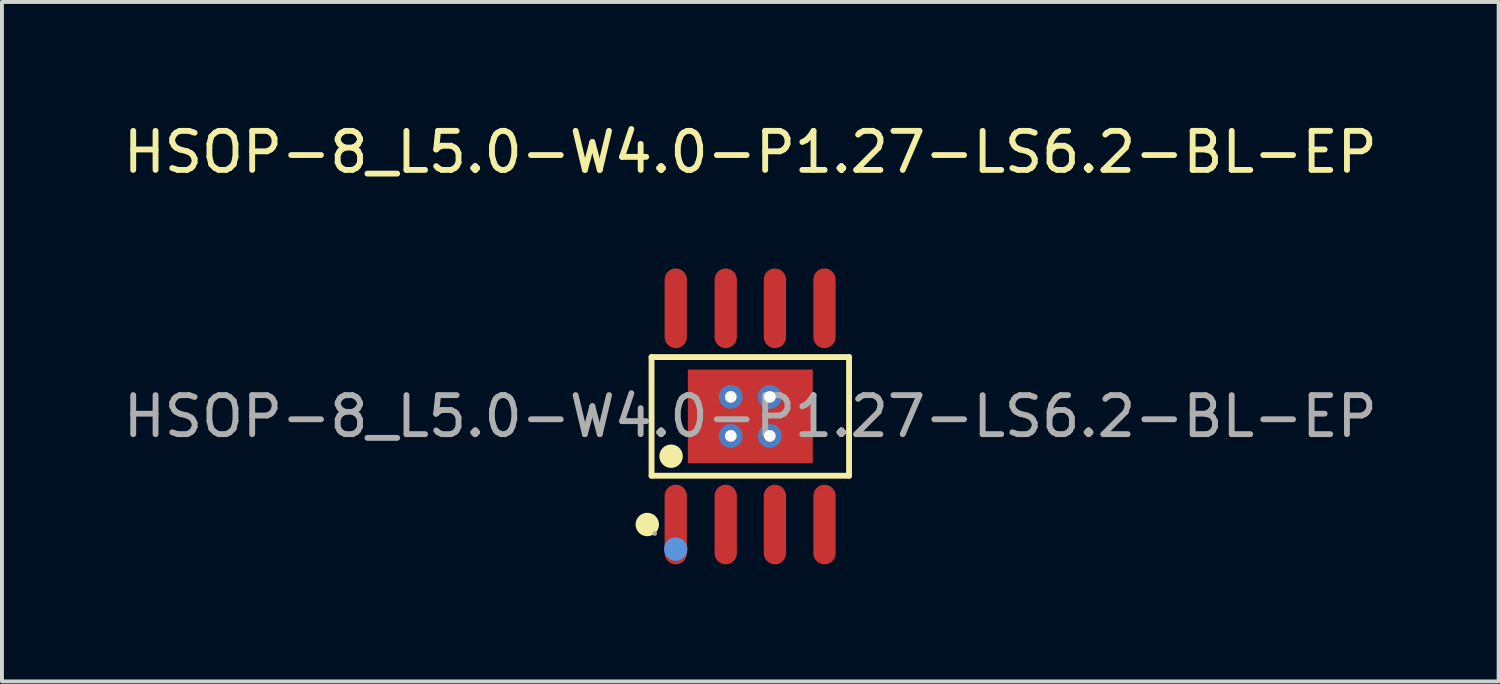
<source format=kicad_pcb>
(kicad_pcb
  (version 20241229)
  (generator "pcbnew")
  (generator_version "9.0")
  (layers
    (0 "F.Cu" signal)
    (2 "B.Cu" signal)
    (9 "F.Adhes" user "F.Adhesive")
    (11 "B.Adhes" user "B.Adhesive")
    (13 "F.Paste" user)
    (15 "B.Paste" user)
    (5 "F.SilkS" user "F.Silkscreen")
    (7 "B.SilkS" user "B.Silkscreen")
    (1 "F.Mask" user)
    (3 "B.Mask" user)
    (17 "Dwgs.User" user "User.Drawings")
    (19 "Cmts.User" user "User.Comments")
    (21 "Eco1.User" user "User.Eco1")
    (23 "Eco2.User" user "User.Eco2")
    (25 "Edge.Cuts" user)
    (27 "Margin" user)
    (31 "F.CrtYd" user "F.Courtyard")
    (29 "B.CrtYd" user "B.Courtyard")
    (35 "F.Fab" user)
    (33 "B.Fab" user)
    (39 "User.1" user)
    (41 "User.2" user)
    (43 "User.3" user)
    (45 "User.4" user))
  (footprint "HSOP-8_L5.0-W4.0-P1.27-LS6.2-BL-EP"
    (layer "F.Cu")
    (at 16.173 7.618)
    (property "Reference" "HSOP-8_L5.0-W4.0-P1.27-LS6.2-BL-EP" (at 0 -6.77 0) (layer "F.SilkS") (effects (font (size 1 1) (thickness 0.15))))
    (attr smd)
    (fp_line (start -2.53 -1.52) (end 2.53 -1.52) (stroke (width 0.15) (type solid)) (layer "F.SilkS"))
    (fp_line (start -2.53 1.52) (end -2.53 -1.52) (stroke (width 0.15) (type solid)) (layer "F.SilkS"))
    (fp_line (start 2.53 -1.52) (end 2.53 1.52) (stroke (width 0.15) (type solid)) (layer "F.SilkS"))
    (fp_line (start 2.53 1.52) (end -2.53 1.52) (stroke (width 0.15) (type solid)) (layer "F.SilkS"))
    (fp_circle (center -2.64 2.77) (end -2.49 2.77) (stroke (width 0.3) (type solid)) (fill no) (layer "F.SilkS"))
    (fp_circle (center -2.03 1.02) (end -1.88 1.02) (stroke (width 0.3) (type solid)) (fill no) (layer "F.SilkS"))
    (fp_circle (center -1.91 3.4) (end -1.76 3.4) (stroke (width 0.3) (type solid)) (fill no) (layer "Cmts.User"))
    (fp_circle (center -2.45 3) (end -2.42 3) (stroke (width 0.06) (type solid)) (fill no) (layer "F.Fab"))
    (fp_text user "${REFERENCE}" (at 0 0 0) (layer "F.Fab") (effects (font (size 1 1) (thickness 0.15))))
    (pad "" thru_hole circle (at -0.5 -0.5) (size 0.61 0.61) (drill 0.3) (layers "*.Cu" "*.Paste" "*.Mask"))
    (pad "" thru_hole circle (at -0.5 0.5) (size 0.61 0.61) (drill 0.3) (layers "*.Cu" "*.Paste" "*.Mask"))
    (pad "" thru_hole circle (at 0.5 -0.5) (size 0.61 0.61) (drill 0.3) (layers "*.Cu" "*.Paste" "*.Mask"))
    (pad "" thru_hole circle (at 0.5 0.5) (size 0.61 0.61) (drill 0.3) (layers "*.Cu" "*.Paste" "*.Mask"))
    (pad "1" smd oval (at -1.91 2.77) (size 0.57 2.04) (layers "F.Cu" "F.Mask" "F.Paste"))
    (pad "2" smd oval (at -0.63 2.77) (size 0.57 2.04) (layers "F.Cu" "F.Mask" "F.Paste"))
    (pad "3" smd oval (at 0.63 2.77) (size 0.57 2.04) (layers "F.Cu" "F.Mask" "F.Paste"))
    (pad "4" smd oval (at 1.9 2.77) (size 0.57 2.04) (layers "F.Cu" "F.Mask" "F.Paste"))
    (pad "5" smd oval (at 1.9 -2.77) (size 0.57 2.04) (layers "F.Cu" "F.Mask" "F.Paste"))
    (pad "6" smd oval (at 0.63 -2.77) (size 0.57 2.04) (layers "F.Cu" "F.Mask" "F.Paste"))
    (pad "7" smd oval (at -0.63 -2.77) (size 0.57 2.04) (layers "F.Cu" "F.Mask" "F.Paste"))
    (pad "8" smd oval (at -1.91 -2.77) (size 0.57 2.04) (layers "F.Cu" "F.Mask" "F.Paste"))
    (pad "9" smd rect (at 0 0) (size 3.2 2.4) (layers "F.Cu" "F.Mask" "F.Paste")))
  (gr_rect
    (start -3 -3)
    (end 35.345 14.408)
    (stroke (width 0.1) (type default))
    (fill no)
    (layer "Edge.Cuts")))
</source>
